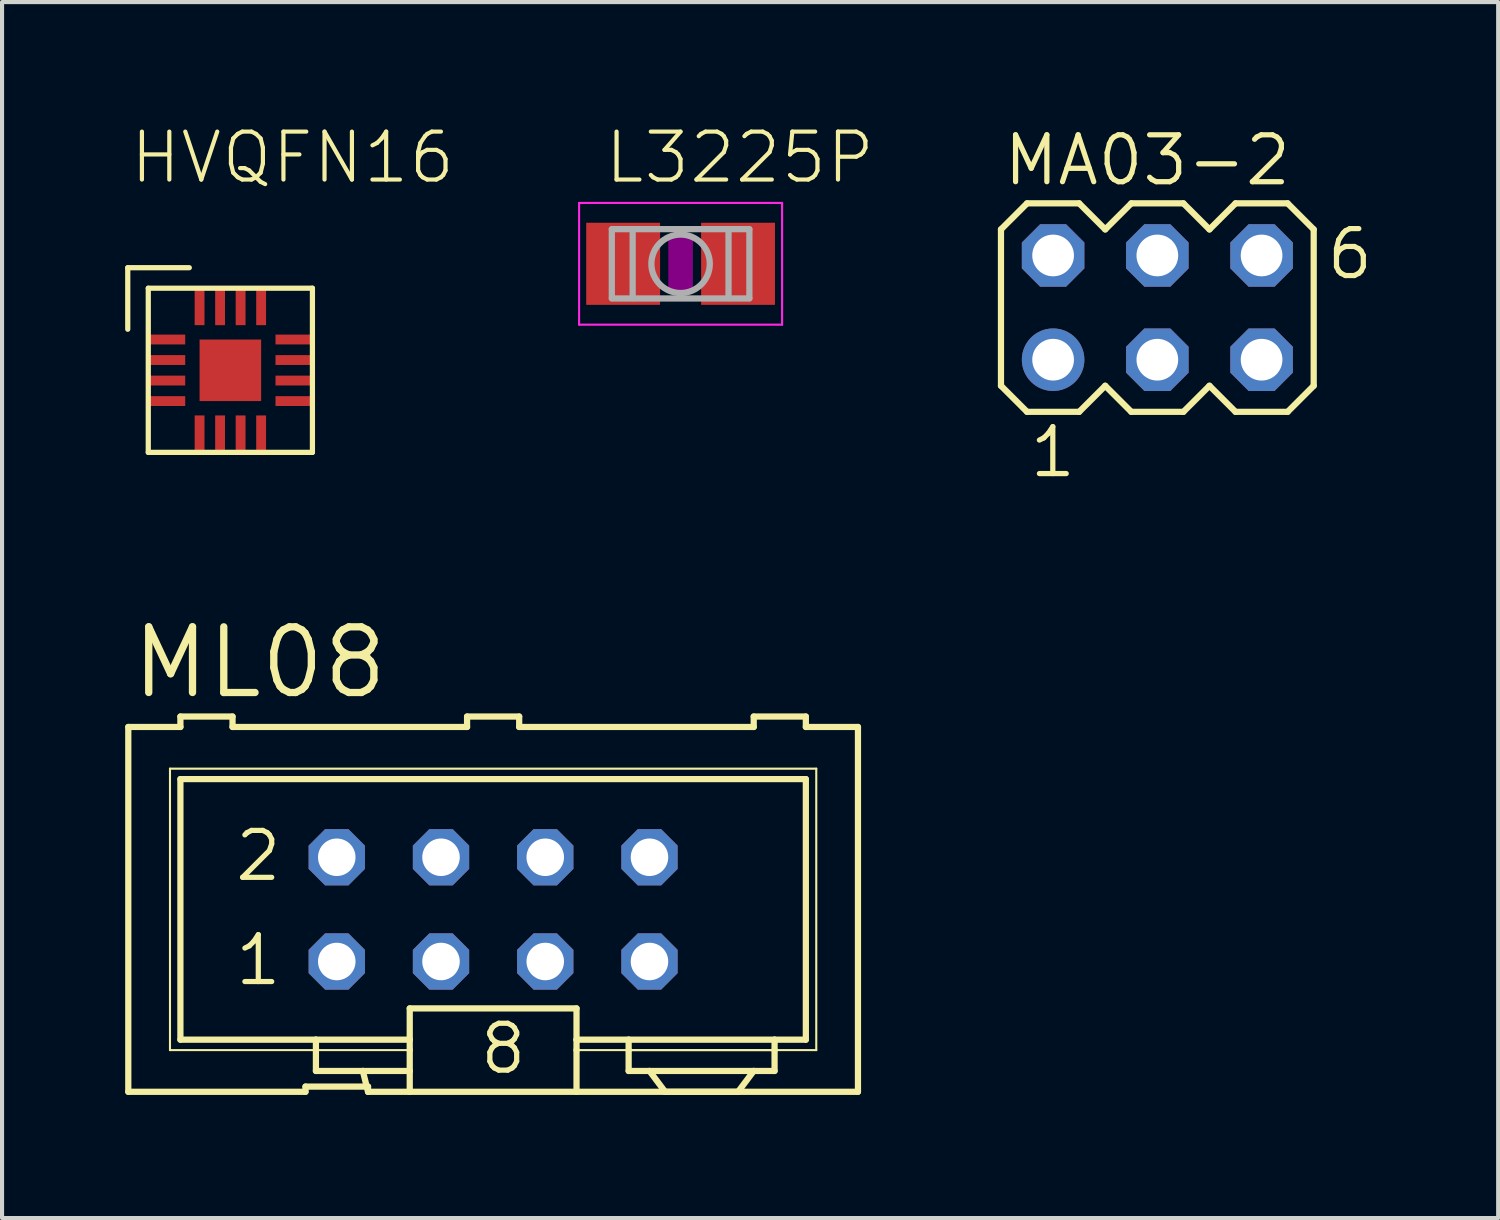
<source format=kicad_pcb>
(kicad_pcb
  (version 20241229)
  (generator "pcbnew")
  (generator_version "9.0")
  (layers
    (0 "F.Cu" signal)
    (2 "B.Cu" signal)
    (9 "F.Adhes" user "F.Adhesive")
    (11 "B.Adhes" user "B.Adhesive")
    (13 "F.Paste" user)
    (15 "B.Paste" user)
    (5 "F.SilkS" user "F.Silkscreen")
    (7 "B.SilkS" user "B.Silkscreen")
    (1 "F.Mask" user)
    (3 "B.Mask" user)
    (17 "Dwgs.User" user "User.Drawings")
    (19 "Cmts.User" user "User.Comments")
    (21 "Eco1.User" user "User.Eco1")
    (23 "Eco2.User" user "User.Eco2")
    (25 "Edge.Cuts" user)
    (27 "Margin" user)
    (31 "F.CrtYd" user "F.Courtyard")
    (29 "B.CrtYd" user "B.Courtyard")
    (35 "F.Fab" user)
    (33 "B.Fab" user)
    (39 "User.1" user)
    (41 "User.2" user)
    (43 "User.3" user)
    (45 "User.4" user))
  (footprint "L3225P"
    (layer "F.Cu")
    (at 13.534 3.378)
    (property "Reference" "L3225P" (at -1.905 -1.905 0) (unlocked yes) (layer "F.SilkS") (effects (font (size 1.168 1.168) (thickness 0.102)) (justify left bottom)))
    (fp_poly (pts (xy -0.3 0.7) (xy 0.3 0.7) (xy 0.3 -0.7) (xy -0.3 -0.7)) (stroke (width 0) (type default)) (fill yes) (layer "F.Adhes"))
    (fp_line (start -2.473 -1.483) (end 2.473 -1.483) (stroke (width 0.051) (type solid)) (layer "F.CrtYd"))
    (fp_line (start -2.473 1.483) (end -2.473 -1.483) (stroke (width 0.051) (type solid)) (layer "F.CrtYd"))
    (fp_line (start 2.473 -1.483) (end 2.473 1.483) (stroke (width 0.051) (type solid)) (layer "F.CrtYd"))
    (fp_line (start 2.473 1.483) (end -2.473 1.483) (stroke (width 0.051) (type solid)) (layer "F.CrtYd"))
    (fp_line (start -1.676 -0.845) (end 1.676 -0.845) (stroke (width 0.152) (type solid)) (layer "F.Fab"))
    (fp_line (start -1.676 -0.838) (end -1.676 0.838) (stroke (width 0.152) (type solid)) (layer "F.Fab"))
    (fp_line (start -1.168 -0.838) (end -1.168 0.838) (stroke (width 0.152) (type solid)) (layer "F.Fab"))
    (fp_line (start 1.168 -0.838) (end 1.168 0.838) (stroke (width 0.152) (type solid)) (layer "F.Fab"))
    (fp_line (start 1.676 -0.838) (end 1.676 0.838) (stroke (width 0.152) (type solid)) (layer "F.Fab"))
    (fp_line (start 1.676 0.845) (end -1.676 0.845) (stroke (width 0.152) (type solid)) (layer "F.Fab"))
    (fp_circle (center 0 0) (end 0.712 0) (stroke (width 0.152) (type solid)) (fill no) (layer "F.Fab"))
    (pad "1" smd rect (at -1.4 0) (size 1.8 2) (layers "F.Cu" "F.Mask" "F.Paste"))
    (pad "2" smd rect (at 1.4 0) (size 1.8 2) (layers "F.Cu" "F.Mask" "F.Paste")))
  (footprint "HVQFN16"
    (layer "F.Cu")
    (at 2.563 5.973)
    (property "Reference" "HVQFN16" (at -2.5 -4.5 0) (unlocked yes) (layer "F.SilkS") (effects (font (size 1.168 1.168) (thickness 0.102)) (justify left bottom)))
    (fp_line (start -2.5 -2.5) (end -1 -2.5) (stroke (width 0.127) (type solid)) (layer "F.SilkS"))
    (fp_line (start -2.5 -1) (end -2.5 -2.5) (stroke (width 0.127) (type solid)) (layer "F.SilkS"))
    (fp_line (start -2 -2) (end 2 -2) (stroke (width 0.127) (type solid)) (layer "F.SilkS"))
    (fp_line (start -2 2) (end -2 -2) (stroke (width 0.127) (type solid)) (layer "F.SilkS"))
    (fp_line (start 2 -2) (end 2 2) (stroke (width 0.127) (type solid)) (layer "F.SilkS"))
    (fp_line (start 2 2) (end -2 2) (stroke (width 0.127) (type solid)) (layer "F.SilkS"))
    (fp_poly (pts (xy -0.5 -0.1) (xy -0.15 -0.1) (xy -0.15 -0.45) (xy -0.5 -0.45)) (stroke (width 0) (type default)) (fill yes) (layer "F.Paste"))
    (fp_poly (pts (xy -0.5 0.45) (xy -0.15 0.45) (xy -0.15 0.1) (xy -0.5 0.1)) (stroke (width 0) (type default)) (fill yes) (layer "F.Paste"))
    (fp_poly (pts (xy 0.15 -0.1) (xy 0.5 -0.1) (xy 0.5 -0.45) (xy 0.15 -0.45)) (stroke (width 0) (type default)) (fill yes) (layer "F.Paste"))
    (fp_poly (pts (xy 0.15 0.45) (xy 0.5 0.45) (xy 0.5 0.1) (xy 0.15 0.1)) (stroke (width 0) (type default)) (fill yes) (layer "F.Paste"))
    (pad "1" smd rect (at -1.55 -0.75 180) (size 0.9 0.24) (layers "F.Cu" "F.Mask" "F.Paste"))
    (pad "2" smd rect (at -1.55 -0.25 180) (size 0.9 0.24) (layers "F.Cu" "F.Mask" "F.Paste"))
    (pad "3" smd rect (at -1.55 0.25 180) (size 0.9 0.24) (layers "F.Cu" "F.Mask" "F.Paste"))
    (pad "4" smd rect (at -1.55 0.75 180) (size 0.9 0.24) (layers "F.Cu" "F.Mask" "F.Paste"))
    (pad "5" smd rect (at -0.75 1.55 270) (size 0.9 0.24) (layers "F.Cu" "F.Mask" "F.Paste"))
    (pad "6" smd rect (at -0.25 1.55 270) (size 0.9 0.24) (layers "F.Cu" "F.Mask" "F.Paste"))
    (pad "7" smd rect (at 0.25 1.55 270) (size 0.9 0.24) (layers "F.Cu" "F.Mask" "F.Paste"))
    (pad "8" smd rect (at 0.75 1.55 270) (size 0.9 0.24) (layers "F.Cu" "F.Mask" "F.Paste"))
    (pad "9" smd rect (at 1.55 0.75 180) (size 0.9 0.24) (layers "F.Cu" "F.Mask" "F.Paste"))
    (pad "10" smd rect (at 1.55 0.25 180) (size 0.9 0.24) (layers "F.Cu" "F.Mask" "F.Paste"))
    (pad "11" smd rect (at 1.55 -0.25 180) (size 0.9 0.24) (layers "F.Cu" "F.Mask" "F.Paste"))
    (pad "12" smd rect (at 1.55 -0.75 180) (size 0.9 0.24) (layers "F.Cu" "F.Mask" "F.Paste"))
    (pad "13" smd rect (at 0.75 -1.55 90) (size 0.9 0.24) (layers "F.Cu" "F.Mask" "F.Paste"))
    (pad "14" smd rect (at 0.25 -1.55 90) (size 0.9 0.24) (layers "F.Cu" "F.Mask" "F.Paste"))
    (pad "15" smd rect (at -0.25 -1.55 90) (size 0.9 0.24) (layers "F.Cu" "F.Mask" "F.Paste"))
    (pad "16" smd rect (at -0.75 -1.55 90) (size 0.9 0.24) (layers "F.Cu" "F.Mask" "F.Paste"))
    (pad "P$17" smd rect (at 0 0 270) (size 1.5 1.5) (layers "F.Cu" "F.Mask")))
  (footprint "MA03-2"
    (layer "F.Cu")
    (at 25.151 4.445)
    (property "Reference" "MA03-2" (at -3.81 -2.921 0) (unlocked yes) (layer "F.SilkS") (effects (font (size 1.143 1.143) (thickness 0.127)) (justify left bottom)))
    (fp_line (start -3.81 -1.905) (end -3.81 1.905) (stroke (width 0.152) (type solid)) (layer "F.SilkS"))
    (fp_line (start -3.81 1.905) (end -3.175 2.54) (stroke (width 0.152) (type solid)) (layer "F.SilkS"))
    (fp_line (start -3.175 -2.54) (end -3.81 -1.905) (stroke (width 0.152) (type solid)) (layer "F.SilkS"))
    (fp_line (start -3.175 -2.54) (end -1.905 -2.54) (stroke (width 0.152) (type solid)) (layer "F.SilkS"))
    (fp_line (start -1.905 -2.54) (end -1.27 -1.905) (stroke (width 0.152) (type solid)) (layer "F.SilkS"))
    (fp_line (start -1.905 2.54) (end -3.175 2.54) (stroke (width 0.152) (type solid)) (layer "F.SilkS"))
    (fp_line (start -1.27 -1.905) (end -0.635 -2.54) (stroke (width 0.152) (type solid)) (layer "F.SilkS"))
    (fp_line (start -1.27 1.905) (end -1.905 2.54) (stroke (width 0.152) (type solid)) (layer "F.SilkS"))
    (fp_line (start -0.635 -2.54) (end 0.635 -2.54) (stroke (width 0.152) (type solid)) (layer "F.SilkS"))
    (fp_line (start -0.635 2.54) (end -1.27 1.905) (stroke (width 0.152) (type solid)) (layer "F.SilkS"))
    (fp_line (start 0.635 -2.54) (end 1.27 -1.905) (stroke (width 0.152) (type solid)) (layer "F.SilkS"))
    (fp_line (start 0.635 2.54) (end -0.635 2.54) (stroke (width 0.152) (type solid)) (layer "F.SilkS"))
    (fp_line (start 1.27 -1.905) (end 1.905 -2.54) (stroke (width 0.152) (type solid)) (layer "F.SilkS"))
    (fp_line (start 1.27 1.905) (end 0.635 2.54) (stroke (width 0.152) (type solid)) (layer "F.SilkS"))
    (fp_line (start 1.905 -2.54) (end 3.175 -2.54) (stroke (width 0.152) (type solid)) (layer "F.SilkS"))
    (fp_line (start 1.905 2.54) (end 1.27 1.905) (stroke (width 0.152) (type solid)) (layer "F.SilkS"))
    (fp_line (start 3.175 -2.54) (end 3.81 -1.905) (stroke (width 0.152) (type solid)) (layer "F.SilkS"))
    (fp_line (start 3.175 2.54) (end 1.905 2.54) (stroke (width 0.152) (type solid)) (layer "F.SilkS"))
    (fp_line (start 3.81 -1.905) (end 3.81 1.905) (stroke (width 0.152) (type solid)) (layer "F.SilkS"))
    (fp_line (start 3.81 1.905) (end 3.175 2.54) (stroke (width 0.152) (type solid)) (layer "F.SilkS"))
    (fp_poly (pts (xy -2.794 -1.016) (xy -2.286 -1.016) (xy -2.286 -1.524) (xy -2.794 -1.524)) (stroke (width 0.1) (type default)) (fill no) (layer "F.Fab"))
    (fp_poly (pts (xy -2.794 1.524) (xy -2.286 1.524) (xy -2.286 1.016) (xy -2.794 1.016)) (stroke (width 0.1) (type default)) (fill no) (layer "F.Fab"))
    (fp_poly (pts (xy -0.254 -1.016) (xy 0.254 -1.016) (xy 0.254 -1.524) (xy -0.254 -1.524)) (stroke (width 0.1) (type default)) (fill no) (layer "F.Fab"))
    (fp_poly (pts (xy -0.254 1.524) (xy 0.254 1.524) (xy 0.254 1.016) (xy -0.254 1.016)) (stroke (width 0.1) (type default)) (fill no) (layer "F.Fab"))
    (fp_poly (pts (xy 2.286 -1.016) (xy 2.794 -1.016) (xy 2.794 -1.524) (xy 2.286 -1.524)) (stroke (width 0.1) (type default)) (fill no) (layer "F.Fab"))
    (fp_poly (pts (xy 2.286 1.524) (xy 2.794 1.524) (xy 2.794 1.016) (xy 2.286 1.016)) (stroke (width 0.1) (type default)) (fill no) (layer "F.Fab"))
    (fp_text user "1" (at -3.175 4.191 0) (unlocked yes) (layer "F.SilkS") (effects (font (size 1.143 1.143) (thickness 0.127)) (justify left bottom)))
    (fp_text user "6" (at 4.064 -0.635 0) (unlocked yes) (layer "F.SilkS") (effects (font (size 1.143 1.143) (thickness 0.127)) (justify left bottom)))
    (pad "1" thru_hole circle (at -2.54 1.27) (size 1.524 1.524) (drill 1.016) (layers "*.Cu" "*.Mask"))
    (pad "2" thru_hole roundrect (at -2.54 -1.27) (size 1.524 1.524) (drill 1.016) (layers "*.Cu" "*.Mask") (roundrect_rratio 0.25) (chamfer_ratio 0.293) (chamfer top_left top_right bottom_left bottom_right))
    (pad "3" thru_hole roundrect (at 0 1.27) (size 1.524 1.524) (drill 1.016) (layers "*.Cu" "*.Mask") (roundrect_rratio 0.25) (chamfer_ratio 0.293) (chamfer top_left top_right bottom_left bottom_right))
    (pad "4" thru_hole roundrect (at 0 -1.27) (size 1.524 1.524) (drill 1.016) (layers "*.Cu" "*.Mask") (roundrect_rratio 0.25) (chamfer_ratio 0.293) (chamfer top_left top_right bottom_left bottom_right))
    (pad "5" thru_hole roundrect (at 2.54 1.27) (size 1.524 1.524) (drill 1.016) (layers "*.Cu" "*.Mask") (roundrect_rratio 0.25) (chamfer_ratio 0.293) (chamfer top_left top_right bottom_left bottom_right))
    (pad "6" thru_hole roundrect (at 2.54 -1.27) (size 1.524 1.524) (drill 1.016) (layers "*.Cu" "*.Mask") (roundrect_rratio 0.25) (chamfer_ratio 0.293) (chamfer top_left top_right bottom_left bottom_right)))
  (footprint "ML08"
    (layer "F.Cu")
    (at 8.966 19.236)
    (property "Reference" "ML08" (at -8.89 -5.207 0) (unlocked yes) (layer "F.SilkS") (effects (font (size 1.6 1.6) (thickness 0.178)) (justify left bottom)))
    (fp_line (start -8.89 -4.572) (end -8.89 4.318) (stroke (width 0.152) (type solid)) (layer "F.SilkS"))
    (fp_line (start -8.89 -4.572) (end -7.62 -4.572) (stroke (width 0.152) (type solid)) (layer "F.SilkS"))
    (fp_line (start -8.89 4.318) (end -4.572 4.318) (stroke (width 0.152) (type solid)) (layer "F.SilkS"))
    (fp_line (start -7.874 -3.556) (end -7.874 3.302) (stroke (width 0.051) (type solid)) (layer "F.SilkS"))
    (fp_line (start -7.874 3.302) (end -4.318 3.302) (stroke (width 0.051) (type solid)) (layer "F.SilkS"))
    (fp_line (start -7.62 -4.826) (end -7.62 -4.572) (stroke (width 0.152) (type solid)) (layer "F.SilkS"))
    (fp_line (start -7.62 -3.302) (end -7.62 3.048) (stroke (width 0.152) (type solid)) (layer "F.SilkS"))
    (fp_line (start -7.62 -3.302) (end 7.62 -3.302) (stroke (width 0.152) (type solid)) (layer "F.SilkS"))
    (fp_line (start -6.35 -4.826) (end -7.62 -4.826) (stroke (width 0.152) (type solid)) (layer "F.SilkS"))
    (fp_line (start -6.35 -4.826) (end -6.35 -4.572) (stroke (width 0.152) (type solid)) (layer "F.SilkS"))
    (fp_line (start -6.35 -4.572) (end -0.635 -4.572) (stroke (width 0.152) (type solid)) (layer "F.SilkS"))
    (fp_line (start -4.572 4.191) (end -4.572 4.318) (stroke (width 0.152) (type solid)) (layer "F.SilkS"))
    (fp_line (start -4.572 4.191) (end -3.048 4.191) (stroke (width 0.152) (type solid)) (layer "F.SilkS"))
    (fp_line (start -4.318 3.048) (end -7.62 3.048) (stroke (width 0.152) (type solid)) (layer "F.SilkS"))
    (fp_line (start -4.318 3.048) (end -4.318 3.302) (stroke (width 0.152) (type solid)) (layer "F.SilkS"))
    (fp_line (start -4.318 3.302) (end -4.318 3.81) (stroke (width 0.152) (type solid)) (layer "F.SilkS"))
    (fp_line (start -4.318 3.302) (end -2.032 3.302) (stroke (width 0.051) (type solid)) (layer "F.SilkS"))
    (fp_line (start -4.318 3.81) (end -3.175 3.81) (stroke (width 0.152) (type solid)) (layer "F.SilkS"))
    (fp_line (start -3.175 3.81) (end -3.048 4.318) (stroke (width 0.152) (type solid)) (layer "F.SilkS"))
    (fp_line (start -3.175 3.81) (end -2.032 3.81) (stroke (width 0.152) (type solid)) (layer "F.SilkS"))
    (fp_line (start -3.048 4.318) (end -3.048 4.191) (stroke (width 0.152) (type solid)) (layer "F.SilkS"))
    (fp_line (start -3.048 4.318) (end -2.032 4.318) (stroke (width 0.152) (type solid)) (layer "F.SilkS"))
    (fp_line (start -2.032 3.048) (end -4.318 3.048) (stroke (width 0.152) (type solid)) (layer "F.SilkS"))
    (fp_line (start -2.032 3.048) (end -2.032 2.286) (stroke (width 0.152) (type solid)) (layer "F.SilkS"))
    (fp_line (start -2.032 3.048) (end -2.032 3.302) (stroke (width 0.152) (type solid)) (layer "F.SilkS"))
    (fp_line (start -2.032 3.302) (end -2.032 3.81) (stroke (width 0.152) (type solid)) (layer "F.SilkS"))
    (fp_line (start -2.032 3.81) (end -2.032 4.318) (stroke (width 0.152) (type solid)) (layer "F.SilkS"))
    (fp_line (start -0.635 -4.826) (end -0.635 -4.572) (stroke (width 0.152) (type solid)) (layer "F.SilkS"))
    (fp_line (start 0.635 -4.826) (end -0.635 -4.826) (stroke (width 0.152) (type solid)) (layer "F.SilkS"))
    (fp_line (start 0.635 -4.826) (end 0.635 -4.572) (stroke (width 0.152) (type solid)) (layer "F.SilkS"))
    (fp_line (start 0.635 -4.572) (end 6.35 -4.572) (stroke (width 0.152) (type solid)) (layer "F.SilkS"))
    (fp_line (start 2.032 2.286) (end -2.032 2.286) (stroke (width 0.152) (type solid)) (layer "F.SilkS"))
    (fp_line (start 2.032 2.286) (end 2.032 3.048) (stroke (width 0.152) (type solid)) (layer "F.SilkS"))
    (fp_line (start 2.032 3.048) (end 2.032 3.302) (stroke (width 0.152) (type solid)) (layer "F.SilkS"))
    (fp_line (start 2.032 3.302) (end 2.032 4.318) (stroke (width 0.152) (type solid)) (layer "F.SilkS"))
    (fp_line (start 2.032 4.318) (end -2.032 4.318) (stroke (width 0.152) (type solid)) (layer "F.SilkS"))
    (fp_line (start 3.302 3.048) (end 2.032 3.048) (stroke (width 0.152) (type solid)) (layer "F.SilkS"))
    (fp_line (start 3.302 3.048) (end 3.302 3.302) (stroke (width 0.152) (type solid)) (layer "F.SilkS"))
    (fp_line (start 3.302 3.048) (end 6.858 3.048) (stroke (width 0.152) (type solid)) (layer "F.SilkS"))
    (fp_line (start 3.302 3.302) (end 3.302 3.81) (stroke (width 0.152) (type solid)) (layer "F.SilkS"))
    (fp_line (start 3.302 3.302) (end 7.874 3.302) (stroke (width 0.051) (type solid)) (layer "F.SilkS"))
    (fp_line (start 3.81 3.81) (end 3.302 3.81) (stroke (width 0.152) (type solid)) (layer "F.SilkS"))
    (fp_line (start 3.81 3.81) (end 4.191 4.318) (stroke (width 0.152) (type solid)) (layer "F.SilkS"))
    (fp_line (start 3.81 3.81) (end 6.35 3.81) (stroke (width 0.152) (type solid)) (layer "F.SilkS"))
    (fp_line (start 5.969 4.318) (end 2.032 4.318) (stroke (width 0.152) (type solid)) (layer "F.SilkS"))
    (fp_line (start 5.969 4.318) (end 6.35 3.81) (stroke (width 0.152) (type solid)) (layer "F.SilkS"))
    (fp_line (start 6.35 -4.572) (end 6.35 -4.826) (stroke (width 0.152) (type solid)) (layer "F.SilkS"))
    (fp_line (start 6.858 3.048) (end 6.858 3.302) (stroke (width 0.152) (type solid)) (layer "F.SilkS"))
    (fp_line (start 6.858 3.302) (end 2.032 3.302) (stroke (width 0.051) (type solid)) (layer "F.SilkS"))
    (fp_line (start 6.858 3.302) (end 6.858 3.81) (stroke (width 0.152) (type solid)) (layer "F.SilkS"))
    (fp_line (start 6.858 3.81) (end 6.35 3.81) (stroke (width 0.152) (type solid)) (layer "F.SilkS"))
    (fp_line (start 7.62 -4.826) (end 6.35 -4.826) (stroke (width 0.152) (type solid)) (layer "F.SilkS"))
    (fp_line (start 7.62 -4.572) (end 7.62 -4.826) (stroke (width 0.152) (type solid)) (layer "F.SilkS"))
    (fp_line (start 7.62 -4.572) (end 8.89 -4.572) (stroke (width 0.152) (type solid)) (layer "F.SilkS"))
    (fp_line (start 7.62 3.048) (end 6.858 3.048) (stroke (width 0.152) (type solid)) (layer "F.SilkS"))
    (fp_line (start 7.62 3.048) (end 7.62 -3.302) (stroke (width 0.152) (type solid)) (layer "F.SilkS"))
    (fp_line (start 7.874 -3.556) (end -7.874 -3.556) (stroke (width 0.051) (type solid)) (layer "F.SilkS"))
    (fp_line (start 7.874 3.302) (end 7.874 -3.556) (stroke (width 0.051) (type solid)) (layer "F.SilkS"))
    (fp_line (start 8.89 4.318) (end 4.191 4.318) (stroke (width 0.152) (type solid)) (layer "F.SilkS"))
    (fp_line (start 8.89 4.318) (end 8.89 -4.572) (stroke (width 0.152) (type solid)) (layer "F.SilkS"))
    (fp_poly (pts (xy -4.064 -1.143) (xy -3.556 -1.143) (xy -3.556 -1.651) (xy -4.064 -1.651)) (stroke (width 0.1) (type default)) (fill no) (layer "F.Fab"))
    (fp_poly (pts (xy -4.064 1.397) (xy -3.556 1.397) (xy -3.556 0.889) (xy -4.064 0.889)) (stroke (width 0.1) (type default)) (fill no) (layer "F.Fab"))
    (fp_poly (pts (xy -1.524 -1.143) (xy -1.016 -1.143) (xy -1.016 -1.651) (xy -1.524 -1.651)) (stroke (width 0.1) (type default)) (fill no) (layer "F.Fab"))
    (fp_poly (pts (xy -1.524 1.397) (xy -1.016 1.397) (xy -1.016 0.889) (xy -1.524 0.889)) (stroke (width 0.1) (type default)) (fill no) (layer "F.Fab"))
    (fp_poly (pts (xy 1.016 -1.143) (xy 1.524 -1.143) (xy 1.524 -1.651) (xy 1.016 -1.651)) (stroke (width 0.1) (type default)) (fill no) (layer "F.Fab"))
    (fp_poly (pts (xy 1.016 1.397) (xy 1.524 1.397) (xy 1.524 0.889) (xy 1.016 0.889)) (stroke (width 0.1) (type default)) (fill no) (layer "F.Fab"))
    (fp_poly (pts (xy 3.556 -1.143) (xy 4.064 -1.143) (xy 4.064 -1.651) (xy 3.556 -1.651)) (stroke (width 0.1) (type default)) (fill no) (layer "F.Fab"))
    (fp_poly (pts (xy 3.556 1.397) (xy 4.064 1.397) (xy 4.064 0.889) (xy 3.556 0.889)) (stroke (width 0.1) (type default)) (fill no) (layer "F.Fab"))
    (fp_text user "2" (at -6.35 -0.762 0) (unlocked yes) (layer "F.SilkS") (effects (font (size 1.143 1.143) (thickness 0.127)) (justify left bottom)))
    (fp_text user "1" (at -6.35 1.778 0) (unlocked yes) (layer "F.SilkS") (effects (font (size 1.143 1.143) (thickness 0.127)) (justify left bottom)))
    (fp_text user "8" (at -0.381 3.937 0) (unlocked yes) (layer "F.SilkS") (effects (font (size 1.143 1.143) (thickness 0.127)) (justify left bottom)))
    (pad "1" thru_hole roundrect (at -3.81 1.143) (size 1.372 1.372) (drill 0.914) (layers "*.Cu" "*.Mask") (roundrect_rratio 0.25) (chamfer_ratio 0.293) (chamfer top_left top_right bottom_left bottom_right))
    (pad "2" thru_hole roundrect (at -3.81 -1.397) (size 1.372 1.372) (drill 0.914) (layers "*.Cu" "*.Mask") (roundrect_rratio 0.25) (chamfer_ratio 0.293) (chamfer top_left top_right bottom_left bottom_right))
    (pad "3" thru_hole roundrect (at -1.27 1.143) (size 1.372 1.372) (drill 0.914) (layers "*.Cu" "*.Mask") (roundrect_rratio 0.25) (chamfer_ratio 0.293) (chamfer top_left top_right bottom_left bottom_right))
    (pad "4" thru_hole roundrect (at -1.27 -1.397) (size 1.372 1.372) (drill 0.914) (layers "*.Cu" "*.Mask") (roundrect_rratio 0.25) (chamfer_ratio 0.293) (chamfer top_left top_right bottom_left bottom_right))
    (pad "5" thru_hole roundrect (at 1.27 1.143) (size 1.372 1.372) (drill 0.914) (layers "*.Cu" "*.Mask") (roundrect_rratio 0.25) (chamfer_ratio 0.293) (chamfer top_left top_right bottom_left bottom_right))
    (pad "6" thru_hole roundrect (at 1.27 -1.397) (size 1.372 1.372) (drill 0.914) (layers "*.Cu" "*.Mask") (roundrect_rratio 0.25) (chamfer_ratio 0.293) (chamfer top_left top_right bottom_left bottom_right))
    (pad "7" thru_hole roundrect (at 3.81 1.143) (size 1.372 1.372) (drill 0.914) (layers "*.Cu" "*.Mask") (roundrect_rratio 0.25) (chamfer_ratio 0.293) (chamfer top_left top_right bottom_left bottom_right))
    (pad "8" thru_hole roundrect (at 3.81 -1.397) (size 1.372 1.372) (drill 0.914) (layers "*.Cu" "*.Mask") (roundrect_rratio 0.25) (chamfer_ratio 0.293) (chamfer top_left top_right bottom_left bottom_right)))
  (gr_rect
    (start -3 -3)
    (end 33.456 26.63)
    (stroke (width 0.1) (type default))
    (fill no)
    (layer "Edge.Cuts")))
</source>
